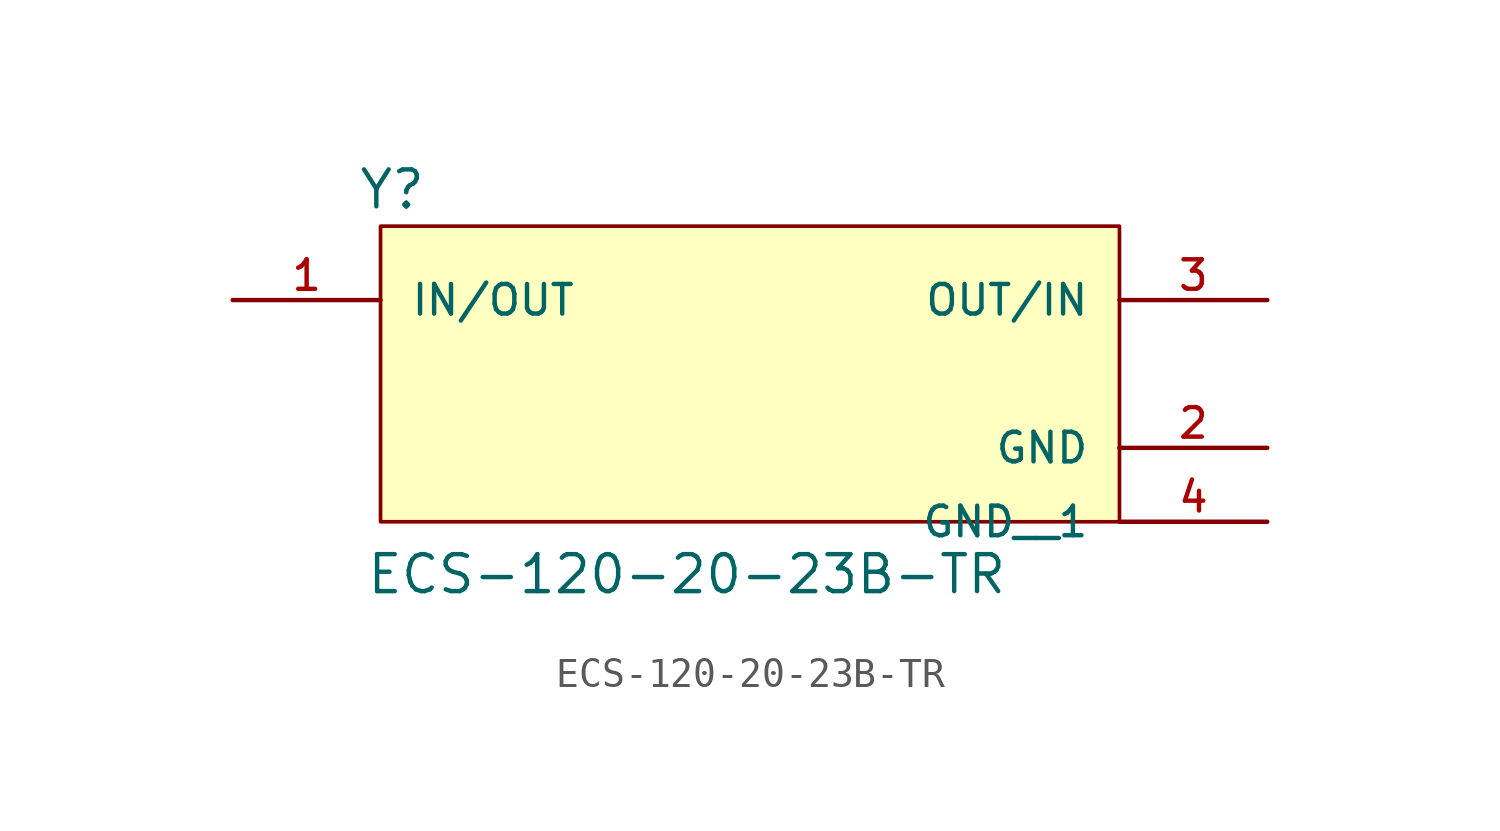
<source format=kicad_sym>
(kicad_symbol_lib
  (version 20211014)
  (generator kicad_symbol_editor)
  (symbol "ECS-120-20-23B-TR"
    (pin_names
      (offset 1.016))
    (property "Reference" "Y"
      (at -13.489 5.599 0)
      (effects (font (size 1.27 1.27)) (justify bottom left)))
    (property "Value" "ECS-120-20-23B-TR"
      (at -13.22 -7.627 0)
      (effects (font (size 1.27 1.27)) (justify bottom left)))
    (symbol "ECS-120-20-23B-TR_0_0"
      (rectangle (start -12.7 -5.08) (end 12.7 5.08) (stroke (width 0.127)) (fill (type background)))
      (pin bidirectional line (at -17.78 2.54 0) (length 5.08) (name "IN/OUT" (effects (font (size 1.016 1.016)))) (number "1" (effects (font (size 1.016 1.016)))))
      (pin bidirectional line (at 17.78 2.54 180.0) (length 5.08) (name "OUT/IN" (effects (font (size 1.016 1.016)))) (number "3" (effects (font (size 1.016 1.016)))))
      (pin power_in line (at 17.78 -2.54 180.0) (length 5.08) (name "GND" (effects (font (size 1.016 1.016)))) (number "2" (effects (font (size 1.016 1.016)))))
      (pin power_in line (at 17.78 -5.08 180.0) (length 5.08) (name "GND__1" (effects (font (size 1.016 1.016)))) (number "4" (effects (font (size 1.016 1.016))))))))
</source>
